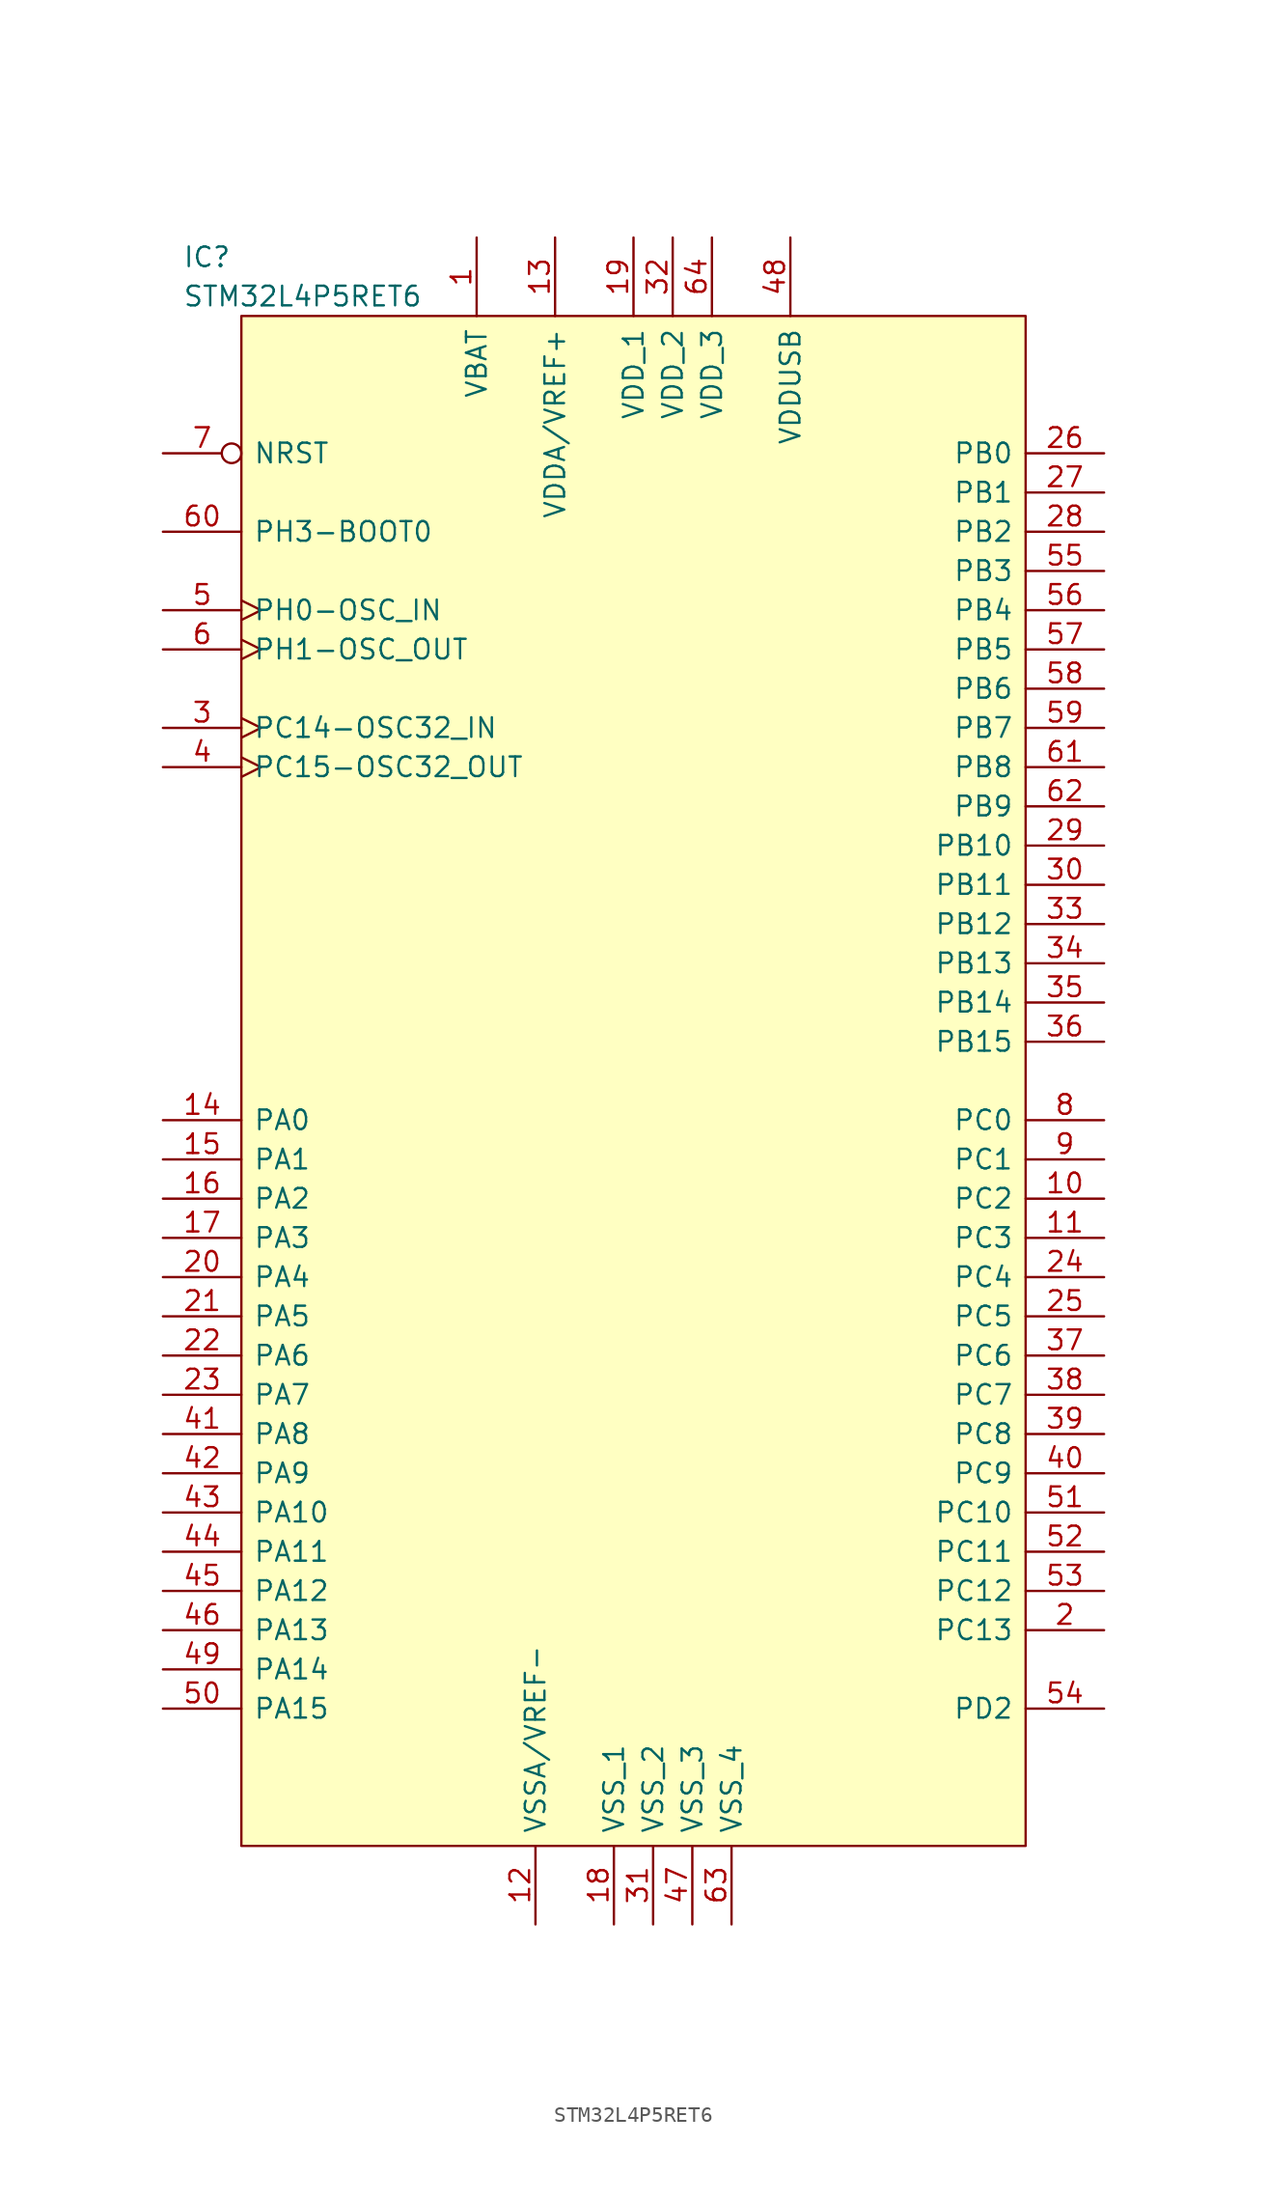
<source format=kicad_sym>
(kicad_symbol_lib
  (version 20211014)
  (generator kicad_symbol_editor)
  (symbol "STM32L4P5RET6"
    (pin_names
      (offset 0.762))
    (property "Reference" "IC"
      (at -29.21 3.81 0)
      (effects (font (size 1.27 1.27)) (justify left)))
    (property "Value" "STM32L4P5RET6"
      (at -29.21 1.27 0)
      (effects (font (size 1.27 1.27)) (justify left)))
    (symbol "STM32L4P5RET6_0_0"
      (pin power_in line (at -10.16 5.08 270) (length 5.08) (name "VBAT" (effects (font (size 1.27 1.27)))) (number "1" (effects (font (size 1.27 1.27)))))
      (pin bidirectional line (at 30.48 -57.15 180) (length 5.08) (name "PC2" (effects (font (size 1.27 1.27)))) (number "10" (effects (font (size 1.27 1.27)))))
      (pin bidirectional line (at 30.48 -59.69 180) (length 5.08) (name "PC3" (effects (font (size 1.27 1.27)))) (number "11" (effects (font (size 1.27 1.27)))))
      (pin power_in line (at -6.35 -104.14 90) (length 5.08) (name "VSSA/VREF-" (effects (font (size 1.27 1.27)))) (number "12" (effects (font (size 1.27 1.27)))))
      (pin power_in line (at -5.08 5.08 270) (length 5.08) (name "VDDA/VREF+" (effects (font (size 1.27 1.27)))) (number "13" (effects (font (size 1.27 1.27)))))
      (pin bidirectional line (at -30.48 -52.07 0) (length 5.08) (name "PA0" (effects (font (size 1.27 1.27)))) (number "14" (effects (font (size 1.27 1.27)))))
      (pin bidirectional line (at -30.48 -54.61 0) (length 5.08) (name "PA1" (effects (font (size 1.27 1.27)))) (number "15" (effects (font (size 1.27 1.27)))))
      (pin bidirectional line (at -30.48 -57.15 0) (length 5.08) (name "PA2" (effects (font (size 1.27 1.27)))) (number "16" (effects (font (size 1.27 1.27)))))
      (pin bidirectional line (at -30.48 -59.69 0) (length 5.08) (name "PA3" (effects (font (size 1.27 1.27)))) (number "17" (effects (font (size 1.27 1.27)))))
      (pin power_in line (at -1.27 -104.14 90) (length 5.08) (name "VSS_1" (effects (font (size 1.27 1.27)))) (number "18" (effects (font (size 1.27 1.27)))))
      (pin power_in line (at 0 5.08 270) (length 5.08) (name "VDD_1" (effects (font (size 1.27 1.27)))) (number "19" (effects (font (size 1.27 1.27)))))
      (pin bidirectional line (at 30.48 -85.09 180) (length 5.08) (name "PC13" (effects (font (size 1.27 1.27)))) (number "2" (effects (font (size 1.27 1.27)))))
      (pin bidirectional line (at -30.48 -62.23 0) (length 5.08) (name "PA4" (effects (font (size 1.27 1.27)))) (number "20" (effects (font (size 1.27 1.27)))))
      (pin bidirectional line (at -30.48 -64.77 0) (length 5.08) (name "PA5" (effects (font (size 1.27 1.27)))) (number "21" (effects (font (size 1.27 1.27)))))
      (pin bidirectional line (at -30.48 -67.31 0) (length 5.08) (name "PA6" (effects (font (size 1.27 1.27)))) (number "22" (effects (font (size 1.27 1.27)))))
      (pin bidirectional line (at -30.48 -69.85 0) (length 5.08) (name "PA7" (effects (font (size 1.27 1.27)))) (number "23" (effects (font (size 1.27 1.27)))))
      (pin bidirectional line (at 30.48 -62.23 180) (length 5.08) (name "PC4" (effects (font (size 1.27 1.27)))) (number "24" (effects (font (size 1.27 1.27)))))
      (pin bidirectional line (at 30.48 -64.77 180) (length 5.08) (name "PC5" (effects (font (size 1.27 1.27)))) (number "25" (effects (font (size 1.27 1.27)))))
      (pin bidirectional line (at 30.48 -8.89 180) (length 5.08) (name "PB0" (effects (font (size 1.27 1.27)))) (number "26" (effects (font (size 1.27 1.27)))))
      (pin bidirectional line (at 30.48 -11.43 180) (length 5.08) (name "PB1" (effects (font (size 1.27 1.27)))) (number "27" (effects (font (size 1.27 1.27)))))
      (pin bidirectional line (at 30.48 -13.97 180) (length 5.08) (name "PB2" (effects (font (size 1.27 1.27)))) (number "28" (effects (font (size 1.27 1.27)))))
      (pin bidirectional line (at 30.48 -34.29 180) (length 5.08) (name "PB10" (effects (font (size 1.27 1.27)))) (number "29" (effects (font (size 1.27 1.27)))))
      (pin input clock (at -30.48 -26.67 0) (length 5.08) (name "PC14-OSC32_IN" (effects (font (size 1.27 1.27)))) (number "3" (effects (font (size 1.27 1.27)))))
      (pin bidirectional line (at 30.48 -36.83 180) (length 5.08) (name "PB11" (effects (font (size 1.27 1.27)))) (number "30" (effects (font (size 1.27 1.27)))))
      (pin power_in line (at 1.27 -104.14 90) (length 5.08) (name "VSS_2" (effects (font (size 1.27 1.27)))) (number "31" (effects (font (size 1.27 1.27)))))
      (pin power_in line (at 2.54 5.08 270) (length 5.08) (name "VDD_2" (effects (font (size 1.27 1.27)))) (number "32" (effects (font (size 1.27 1.27)))))
      (pin bidirectional line (at 30.48 -39.37 180) (length 5.08) (name "PB12" (effects (font (size 1.27 1.27)))) (number "33" (effects (font (size 1.27 1.27)))))
      (pin bidirectional line (at 30.48 -41.91 180) (length 5.08) (name "PB13" (effects (font (size 1.27 1.27)))) (number "34" (effects (font (size 1.27 1.27)))))
      (pin bidirectional line (at 30.48 -44.45 180) (length 5.08) (name "PB14" (effects (font (size 1.27 1.27)))) (number "35" (effects (font (size 1.27 1.27)))))
      (pin bidirectional line (at 30.48 -46.99 180) (length 5.08) (name "PB15" (effects (font (size 1.27 1.27)))) (number "36" (effects (font (size 1.27 1.27)))))
      (pin bidirectional line (at 30.48 -67.31 180) (length 5.08) (name "PC6" (effects (font (size 1.27 1.27)))) (number "37" (effects (font (size 1.27 1.27)))))
      (pin bidirectional line (at 30.48 -69.85 180) (length 5.08) (name "PC7" (effects (font (size 1.27 1.27)))) (number "38" (effects (font (size 1.27 1.27)))))
      (pin bidirectional line (at 30.48 -72.39 180) (length 5.08) (name "PC8" (effects (font (size 1.27 1.27)))) (number "39" (effects (font (size 1.27 1.27)))))
      (pin output clock (at -30.48 -29.21 0) (length 5.08) (name "PC15-OSC32_OUT" (effects (font (size 1.27 1.27)))) (number "4" (effects (font (size 1.27 1.27)))))
      (pin bidirectional line (at 30.48 -74.93 180) (length 5.08) (name "PC9" (effects (font (size 1.27 1.27)))) (number "40" (effects (font (size 1.27 1.27)))))
      (pin bidirectional line (at -30.48 -72.39 0) (length 5.08) (name "PA8" (effects (font (size 1.27 1.27)))) (number "41" (effects (font (size 1.27 1.27)))))
      (pin bidirectional line (at -30.48 -74.93 0) (length 5.08) (name "PA9" (effects (font (size 1.27 1.27)))) (number "42" (effects (font (size 1.27 1.27)))))
      (pin bidirectional line (at -30.48 -77.47 0) (length 5.08) (name "PA10" (effects (font (size 1.27 1.27)))) (number "43" (effects (font (size 1.27 1.27)))))
      (pin bidirectional line (at -30.48 -80.01 0) (length 5.08) (name "PA11" (effects (font (size 1.27 1.27)))) (number "44" (effects (font (size 1.27 1.27)))))
      (pin bidirectional line (at -30.48 -82.55 0) (length 5.08) (name "PA12" (effects (font (size 1.27 1.27)))) (number "45" (effects (font (size 1.27 1.27)))))
      (pin bidirectional line (at -30.48 -85.09 0) (length 5.08) (name "PA13" (effects (font (size 1.27 1.27)))) (number "46" (effects (font (size 1.27 1.27)))))
      (pin power_in line (at 3.81 -104.14 90) (length 5.08) (name "VSS_3" (effects (font (size 1.27 1.27)))) (number "47" (effects (font (size 1.27 1.27)))))
      (pin power_in line (at 10.16 5.08 270) (length 5.08) (name "VDDUSB" (effects (font (size 1.27 1.27)))) (number "48" (effects (font (size 1.27 1.27)))))
      (pin bidirectional line (at -30.48 -87.63 0) (length 5.08) (name "PA14" (effects (font (size 1.27 1.27)))) (number "49" (effects (font (size 1.27 1.27)))))
      (pin input clock (at -30.48 -19.05 0) (length 5.08) (name "PH0-OSC_IN" (effects (font (size 1.27 1.27)))) (number "5" (effects (font (size 1.27 1.27)))))
      (pin bidirectional line (at -30.48 -90.17 0) (length 5.08) (name "PA15" (effects (font (size 1.27 1.27)))) (number "50" (effects (font (size 1.27 1.27)))))
      (pin bidirectional line (at 30.48 -77.47 180) (length 5.08) (name "PC10" (effects (font (size 1.27 1.27)))) (number "51" (effects (font (size 1.27 1.27)))))
      (pin bidirectional line (at 30.48 -80.01 180) (length 5.08) (name "PC11" (effects (font (size 1.27 1.27)))) (number "52" (effects (font (size 1.27 1.27)))))
      (pin bidirectional line (at 30.48 -82.55 180) (length 5.08) (name "PC12" (effects (font (size 1.27 1.27)))) (number "53" (effects (font (size 1.27 1.27)))))
      (pin bidirectional line (at 30.48 -90.17 180) (length 5.08) (name "PD2" (effects (font (size 1.27 1.27)))) (number "54" (effects (font (size 1.27 1.27)))))
      (pin bidirectional line (at 30.48 -16.51 180) (length 5.08) (name "PB3" (effects (font (size 1.27 1.27)))) (number "55" (effects (font (size 1.27 1.27)))))
      (pin bidirectional line (at 30.48 -19.05 180) (length 5.08) (name "PB4" (effects (font (size 1.27 1.27)))) (number "56" (effects (font (size 1.27 1.27)))))
      (pin bidirectional line (at 30.48 -21.59 180) (length 5.08) (name "PB5" (effects (font (size 1.27 1.27)))) (number "57" (effects (font (size 1.27 1.27)))))
      (pin bidirectional line (at 30.48 -24.13 180) (length 5.08) (name "PB6" (effects (font (size 1.27 1.27)))) (number "58" (effects (font (size 1.27 1.27)))))
      (pin bidirectional line (at 30.48 -26.67 180) (length 5.08) (name "PB7" (effects (font (size 1.27 1.27)))) (number "59" (effects (font (size 1.27 1.27)))))
      (pin output clock (at -30.48 -21.59 0) (length 5.08) (name "PH1-OSC_OUT" (effects (font (size 1.27 1.27)))) (number "6" (effects (font (size 1.27 1.27)))))
      (pin input line (at -30.48 -13.97 0) (length 5.08) (name "PH3-BOOT0" (effects (font (size 1.27 1.27)))) (number "60" (effects (font (size 1.27 1.27)))))
      (pin bidirectional line (at 30.48 -29.21 180) (length 5.08) (name "PB8" (effects (font (size 1.27 1.27)))) (number "61" (effects (font (size 1.27 1.27)))))
      (pin bidirectional line (at 30.48 -31.75 180) (length 5.08) (name "PB9" (effects (font (size 1.27 1.27)))) (number "62" (effects (font (size 1.27 1.27)))))
      (pin power_in line (at 6.35 -104.14 90) (length 5.08) (name "VSS_4" (effects (font (size 1.27 1.27)))) (number "63" (effects (font (size 1.27 1.27)))))
      (pin power_in line (at 5.08 5.08 270) (length 5.08) (name "VDD_3" (effects (font (size 1.27 1.27)))) (number "64" (effects (font (size 1.27 1.27)))))
      (pin input inverted (at -30.48 -8.89 0) (length 5.08) (name "NRST" (effects (font (size 1.27 1.27)))) (number "7" (effects (font (size 1.27 1.27)))))
      (pin bidirectional line (at 30.48 -52.07 180) (length 5.08) (name "PC0" (effects (font (size 1.27 1.27)))) (number "8" (effects (font (size 1.27 1.27)))))
      (pin bidirectional line (at 30.48 -54.61 180) (length 5.08) (name "PC1" (effects (font (size 1.27 1.27)))) (number "9" (effects (font (size 1.27 1.27))))))
    (symbol "STM32L4P5RET6_0_1"
      (rectangle (start -25.4 0) (end 25.4 -99.06) (stroke (width 0) (type default) (color 0 0 0 0)) (fill (type background))))))
</source>
